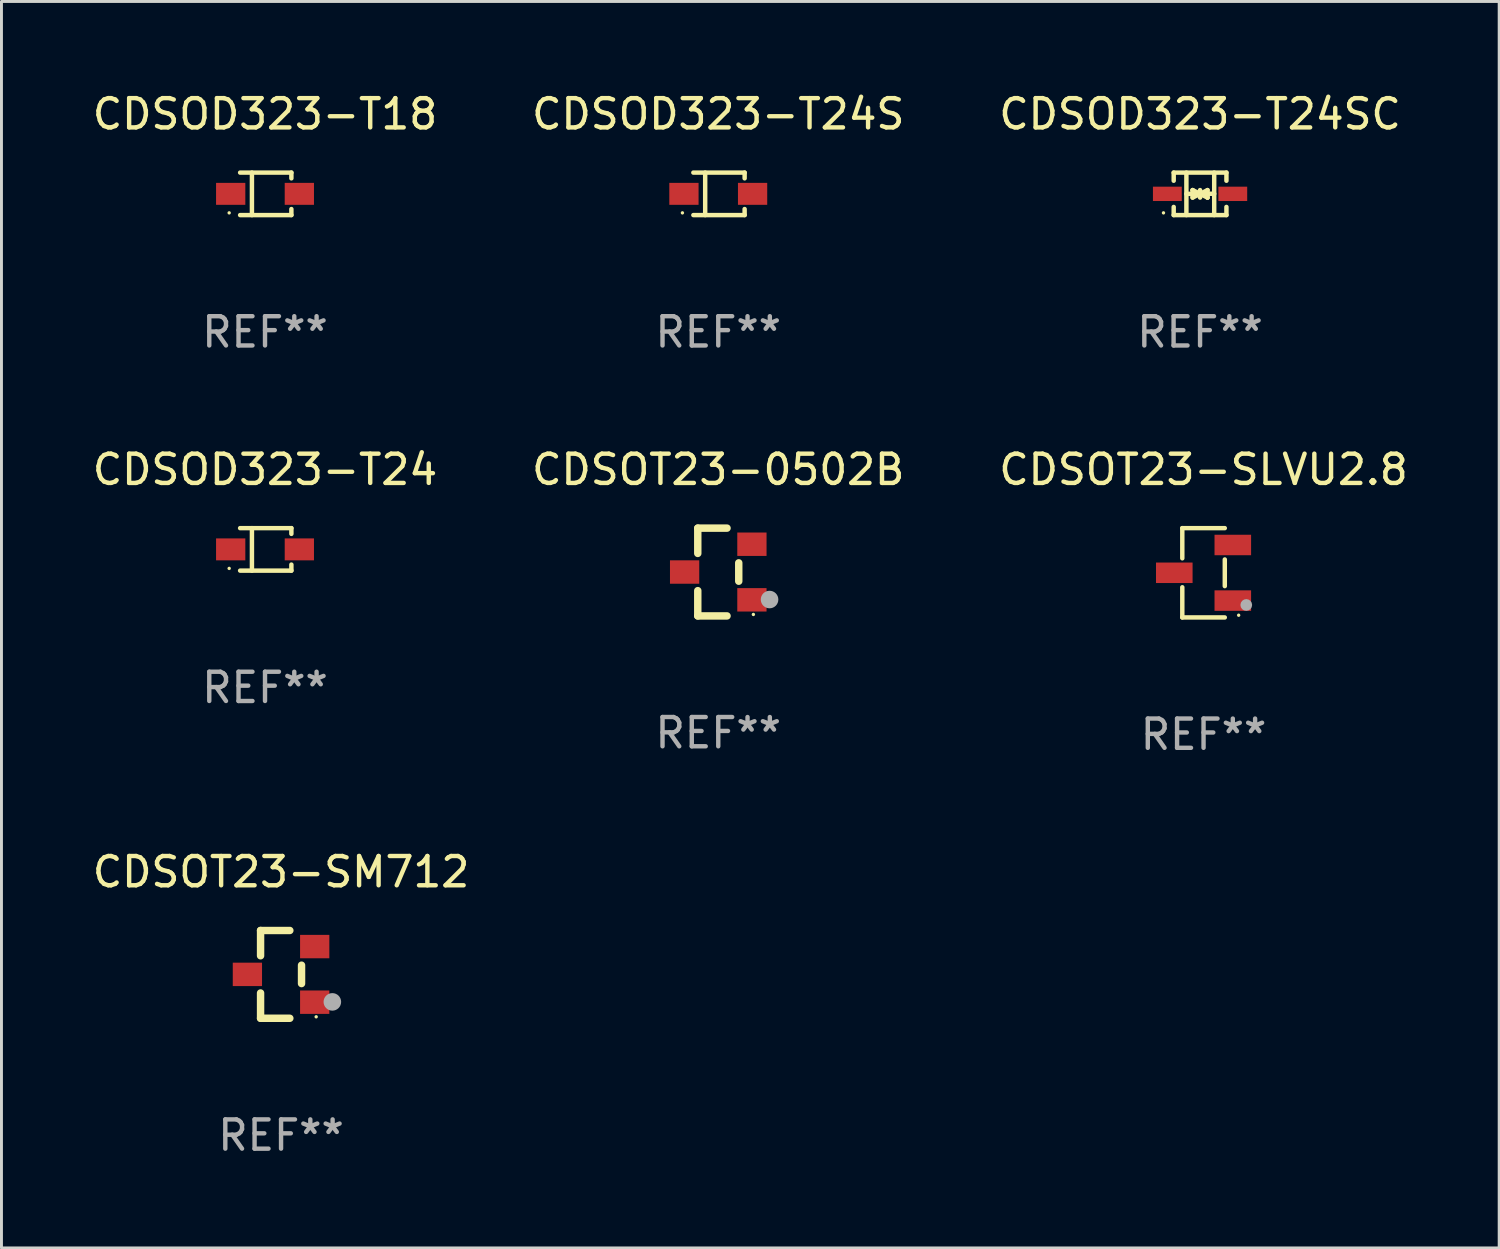
<source format=kicad_pcb>
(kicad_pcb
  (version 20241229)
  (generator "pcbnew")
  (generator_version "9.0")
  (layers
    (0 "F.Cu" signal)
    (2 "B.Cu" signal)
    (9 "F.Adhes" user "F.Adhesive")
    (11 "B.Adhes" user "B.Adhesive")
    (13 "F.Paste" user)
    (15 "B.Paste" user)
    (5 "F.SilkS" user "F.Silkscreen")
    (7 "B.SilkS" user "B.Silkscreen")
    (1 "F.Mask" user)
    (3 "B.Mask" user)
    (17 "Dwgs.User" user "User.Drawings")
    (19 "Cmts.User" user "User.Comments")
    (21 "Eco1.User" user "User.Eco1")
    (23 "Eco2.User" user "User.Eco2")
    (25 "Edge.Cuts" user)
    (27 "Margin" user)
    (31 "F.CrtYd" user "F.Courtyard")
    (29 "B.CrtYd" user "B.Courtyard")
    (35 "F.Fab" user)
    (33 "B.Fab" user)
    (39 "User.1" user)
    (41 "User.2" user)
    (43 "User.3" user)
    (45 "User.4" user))
  (footprint "CDSOD323-T24S"
    (layer "F.Cu")
    (at 21.494 3.574)
    (property "Reference" "CDSOD323-T24S" (at 0 -2.726 0) (layer "F.SilkS") (effects (font (size 1 1) (thickness 0.15))))
    (attr through_hole)
    (fp_line (start -0.851 -0.726) (end 0.901 -0.726) (stroke (width 0.152) (type solid)) (layer "F.SilkS"))
    (fp_line (start -0.851 0.726) (end 0.901 0.726) (stroke (width 0.152) (type solid)) (layer "F.SilkS"))
    (fp_line (start -0.447 -0.726) (end -0.447 0.726) (stroke (width 0.152) (type solid)) (layer "F.SilkS"))
    (fp_line (start 0.901 -0.726) (end 0.901 -0.53) (stroke (width 0.152) (type solid)) (layer "F.SilkS"))
    (fp_line (start 0.901 0.726) (end 0.901 0.52) (stroke (width 0.152) (type solid)) (layer "F.SilkS"))
    (fp_circle (center -1.225 0.65) (end -1.195 0.65) (stroke (width 0.06) (type solid)) (fill no) (layer "F.SilkS"))
    (fp_text user "REF**" (at 0 4.726 0) (layer "F.Fab") (effects (font (size 1 1) (thickness 0.15))))
    (pad "1" smd rect (at -1.173 0) (size 1 0.75) (layers "F.Cu" "F.Mask" "F.Paste"))
    (pad "2" smd rect (at 1.173 0) (size 1 0.75) (layers "F.Cu" "F.Mask" "F.Paste")))
  (footprint "CDSOD323-T24"
    (layer "F.Cu")
    (at 6.006 15.723)
    (property "Reference" "CDSOD323-T24" (at 0 -2.726 0) (layer "F.SilkS") (effects (font (size 1 1) (thickness 0.15))))
    (attr through_hole)
    (fp_line (start -0.851 -0.726) (end 0.901 -0.726) (stroke (width 0.152) (type solid)) (layer "F.SilkS"))
    (fp_line (start -0.851 0.726) (end 0.901 0.726) (stroke (width 0.152) (type solid)) (layer "F.SilkS"))
    (fp_line (start -0.447 -0.726) (end -0.447 0.726) (stroke (width 0.152) (type solid)) (layer "F.SilkS"))
    (fp_line (start 0.901 -0.726) (end 0.901 -0.53) (stroke (width 0.152) (type solid)) (layer "F.SilkS"))
    (fp_line (start 0.901 0.726) (end 0.901 0.52) (stroke (width 0.152) (type solid)) (layer "F.SilkS"))
    (fp_circle (center -1.225 0.65) (end -1.195 0.65) (stroke (width 0.06) (type solid)) (fill no) (layer "F.SilkS"))
    (fp_text user "REF**" (at 0 4.726 0) (layer "F.Fab") (effects (font (size 1 1) (thickness 0.15))))
    (pad "1" smd rect (at -1.173 0) (size 1 0.75) (layers "F.Cu" "F.Mask" "F.Paste"))
    (pad "2" smd rect (at 1.173 0) (size 1 0.75) (layers "F.Cu" "F.Mask" "F.Paste")))
  (footprint "CDSOT23-SM712"
    (layer "F.Cu")
    (at 6.554 30.246)
    (property "Reference" "CDSOT23-SM712" (at 0 -3.5 0) (layer "F.SilkS") (effects (font (size 1 1) (thickness 0.15))))
    (attr through_hole)
    (fp_line (start -0.7 -1.5) (end 0.3 -1.5) (stroke (width 0.254) (type solid)) (layer "F.SilkS"))
    (fp_line (start -0.7 -0.636) (end -0.7 -1.5) (stroke (width 0.254) (type solid)) (layer "F.SilkS"))
    (fp_line (start -0.7 1.5) (end -0.7 0.636) (stroke (width 0.254) (type solid)) (layer "F.SilkS"))
    (fp_line (start -0.7 1.5) (end 0.3 1.5) (stroke (width 0.254) (type solid)) (layer "F.SilkS"))
    (fp_line (start 0.7 0.314) (end 0.7 -0.314) (stroke (width 0.254) (type solid)) (layer "F.SilkS"))
    (fp_circle (center 1.2 1.45) (end 1.23 1.45) (stroke (width 0.06) (type solid)) (fill no) (layer "F.SilkS"))
    (fp_circle (center 1.753 0.94) (end 1.903 0.94) (stroke (width 0.3) (type solid)) (fill no) (layer "F.Fab"))
    (fp_text user "REF**" (at 0 5.5 0) (layer "F.Fab") (effects (font (size 1 1) (thickness 0.15))))
    (pad "1" smd rect (at 1.15 0.95 180) (size 1 0.8) (layers "F.Cu" "F.Mask" "F.Paste"))
    (pad "2" smd rect (at 1.15 -0.95 180) (size 1 0.8) (layers "F.Cu" "F.Mask" "F.Paste"))
    (pad "3" smd rect (at -1.15 -0.000051 180) (size 1 0.8) (layers "F.Cu" "F.Mask" "F.Paste")))
  (footprint "CDSOT23-SLVU2.8"
    (layer "F.Cu")
    (at 38.077 16.523)
    (property "Reference" "CDSOT23-SLVU2.8" (at 0 -3.526 0) (layer "F.SilkS") (effects (font (size 1 1) (thickness 0.15))))
    (attr through_hole)
    (fp_line (start -0.726 -1.526) (end -0.726 -0.495) (stroke (width 0.152) (type solid)) (layer "F.SilkS"))
    (fp_line (start -0.726 1.526) (end -0.726 0.495) (stroke (width 0.152) (type solid)) (layer "F.SilkS"))
    (fp_line (start 0.726 -1.526) (end -0.726 -1.526) (stroke (width 0.152) (type solid)) (layer "F.SilkS"))
    (fp_line (start 0.726 -0.455) (end 0.726 0.455) (stroke (width 0.152) (type solid)) (layer "F.SilkS"))
    (fp_line (start 0.726 1.526) (end -0.726 1.526) (stroke (width 0.152) (type solid)) (layer "F.SilkS"))
    (fp_circle (center 1.2 1.45) (end 1.23 1.45) (stroke (width 0.06) (type solid)) (fill no) (layer "F.SilkS"))
    (fp_circle (center 1.46 1.1) (end 1.56 1.1) (stroke (width 0.2) (type solid)) (fill no) (layer "F.Fab"))
    (fp_text user "REF**" (at 0 5.526 0) (layer "F.Fab") (effects (font (size 1 1) (thickness 0.15))))
    (pad "1" smd rect (at 1 0.95) (size 1.25 0.7) (layers "F.Cu" "F.Mask" "F.Paste"))
    (pad "2" smd rect (at 1 -0.95) (size 1.25 0.7) (layers "F.Cu" "F.Mask" "F.Paste"))
    (pad "3" smd rect (at -1 0) (size 1.25 0.7) (layers "F.Cu" "F.Mask" "F.Paste")))
  (footprint "CDSOD323-T18"
    (layer "F.Cu")
    (at 6.006 3.574)
    (property "Reference" "CDSOD323-T18" (at 0 -2.726 0) (layer "F.SilkS") (effects (font (size 1 1) (thickness 0.15))))
    (attr through_hole)
    (fp_line (start -0.851 -0.726) (end 0.901 -0.726) (stroke (width 0.152) (type solid)) (layer "F.SilkS"))
    (fp_line (start -0.851 0.726) (end 0.901 0.726) (stroke (width 0.152) (type solid)) (layer "F.SilkS"))
    (fp_line (start -0.447 -0.726) (end -0.447 0.726) (stroke (width 0.152) (type solid)) (layer "F.SilkS"))
    (fp_line (start 0.901 -0.726) (end 0.901 -0.53) (stroke (width 0.152) (type solid)) (layer "F.SilkS"))
    (fp_line (start 0.901 0.726) (end 0.901 0.52) (stroke (width 0.152) (type solid)) (layer "F.SilkS"))
    (fp_circle (center -1.225 0.65) (end -1.195 0.65) (stroke (width 0.06) (type solid)) (fill no) (layer "F.SilkS"))
    (fp_text user "REF**" (at 0 4.726 0) (layer "F.Fab") (effects (font (size 1 1) (thickness 0.15))))
    (pad "1" smd rect (at -1.173 0) (size 1 0.75) (layers "F.Cu" "F.Mask" "F.Paste"))
    (pad "2" smd rect (at 1.173 0) (size 1 0.75) (layers "F.Cu" "F.Mask" "F.Paste")))
  (footprint "CDSOT23-0502B"
    (layer "F.Cu")
    (at 21.494 16.497)
    (property "Reference" "CDSOT23-0502B" (at 0 -3.5 0) (layer "F.SilkS") (effects (font (size 1 1) (thickness 0.15))))
    (attr through_hole)
    (fp_line (start -0.7 -1.5) (end 0.3 -1.5) (stroke (width 0.254) (type solid)) (layer "F.SilkS"))
    (fp_line (start -0.7 -0.636) (end -0.7 -1.5) (stroke (width 0.254) (type solid)) (layer "F.SilkS"))
    (fp_line (start -0.7 1.5) (end -0.7 0.636) (stroke (width 0.254) (type solid)) (layer "F.SilkS"))
    (fp_line (start -0.7 1.5) (end 0.3 1.5) (stroke (width 0.254) (type solid)) (layer "F.SilkS"))
    (fp_line (start 0.7 0.314) (end 0.7 -0.314) (stroke (width 0.254) (type solid)) (layer "F.SilkS"))
    (fp_circle (center 1.2 1.45) (end 1.23 1.45) (stroke (width 0.06) (type solid)) (fill no) (layer "F.SilkS"))
    (fp_circle (center 1.753 0.94) (end 1.903 0.94) (stroke (width 0.3) (type solid)) (fill no) (layer "F.Fab"))
    (fp_text user "REF**" (at 0 5.5 0) (layer "F.Fab") (effects (font (size 1 1) (thickness 0.15))))
    (pad "1" smd rect (at 1.15 0.95 180) (size 1 0.8) (layers "F.Cu" "F.Mask" "F.Paste"))
    (pad "2" smd rect (at 1.15 -0.95 180) (size 1 0.8) (layers "F.Cu" "F.Mask" "F.Paste"))
    (pad "3" smd rect (at -1.15 -0.000051 180) (size 1 0.8) (layers "F.Cu" "F.Mask" "F.Paste")))
  (footprint "CDSOD323-T24SC"
    (layer "F.Cu")
    (at 37.958 3.574)
    (property "Reference" "CDSOD323-T24SC" (at 0 -2.726 0) (layer "F.SilkS") (effects (font (size 1 1) (thickness 0.15))))
    (attr through_hole)
    (fp_line (start -0.901 -0.726) (end -0.901 -0.448) (stroke (width 0.152) (type solid)) (layer "F.SilkS"))
    (fp_line (start -0.901 0.726) (end -0.901 0.448) (stroke (width 0.152) (type solid)) (layer "F.SilkS"))
    (fp_line (start -0.467 0) (end 0.483 -0.003) (stroke (width 0.154) (type solid)) (layer "F.SilkS"))
    (fp_line (start -0.467 0.726) (end -0.467 -0.726) (stroke (width 0.152) (type solid)) (layer "F.SilkS"))
    (fp_line (start -0.254 -0.127) (end -0.254 -0.127) (stroke (width 0.154) (type solid)) (layer "F.SilkS"))
    (fp_line (start -0.254 -0.127) (end -0.002 -0.003) (stroke (width 0.154) (type solid)) (layer "F.SilkS"))
    (fp_line (start -0.254 0.127) (end -0.254 -0.127) (stroke (width 0.154) (type solid)) (layer "F.SilkS"))
    (fp_line (start -0.127 0) (end 0.003 0) (stroke (width 0.154) (type solid)) (layer "F.SilkS"))
    (fp_line (start -0.003 0) (end -0.254 0.127) (stroke (width 0.154) (type solid)) (layer "F.SilkS"))
    (fp_line (start 0 -0.127) (end 0 0.127) (stroke (width 0.154) (type solid)) (layer "F.SilkS"))
    (fp_line (start 0.003 0) (end 0.254 -0.127) (stroke (width 0.154) (type solid)) (layer "F.SilkS"))
    (fp_line (start 0.127 0) (end -0.003 0) (stroke (width 0.154) (type solid)) (layer "F.SilkS"))
    (fp_line (start 0.254 -0.127) (end 0.254 0.127) (stroke (width 0.154) (type solid)) (layer "F.SilkS"))
    (fp_line (start 0.254 0.127) (end 0.002 0.003) (stroke (width 0.154) (type solid)) (layer "F.SilkS"))
    (fp_line (start 0.254 0.127) (end 0.254 0.127) (stroke (width 0.154) (type solid)) (layer "F.SilkS"))
    (fp_line (start 0.483 0.726) (end 0.483 -0.726) (stroke (width 0.152) (type solid)) (layer "F.SilkS"))
    (fp_line (start 0.901 -0.726) (end -0.901 -0.726) (stroke (width 0.152) (type solid)) (layer "F.SilkS"))
    (fp_line (start 0.901 -0.726) (end 0.901 -0.448) (stroke (width 0.152) (type solid)) (layer "F.SilkS"))
    (fp_line (start 0.901 0.726) (end -0.901 0.726) (stroke (width 0.152) (type solid)) (layer "F.SilkS"))
    (fp_line (start 0.901 0.726) (end 0.901 0.448) (stroke (width 0.152) (type solid)) (layer "F.SilkS"))
    (fp_circle (center -1.25 0.65) (end -1.22 0.65) (stroke (width 0.06) (type solid)) (fill no) (layer "F.SilkS"))
    (fp_text user "REF**" (at 0 4.726 0) (layer "F.Fab") (effects (font (size 1 1) (thickness 0.15))))
    (pad "1" smd rect (at -1.118 0) (size 0.985 0.49) (layers "F.Cu" "F.Mask" "F.Paste"))
    (pad "2" smd rect (at 1.118 0) (size 0.985 0.49) (layers "F.Cu" "F.Mask" "F.Paste")))
  (gr_rect
    (start -3 -3)
    (end 48.179 39.594)
    (stroke (width 0.1) (type default))
    (fill no)
    (layer "Edge.Cuts")))
</source>
